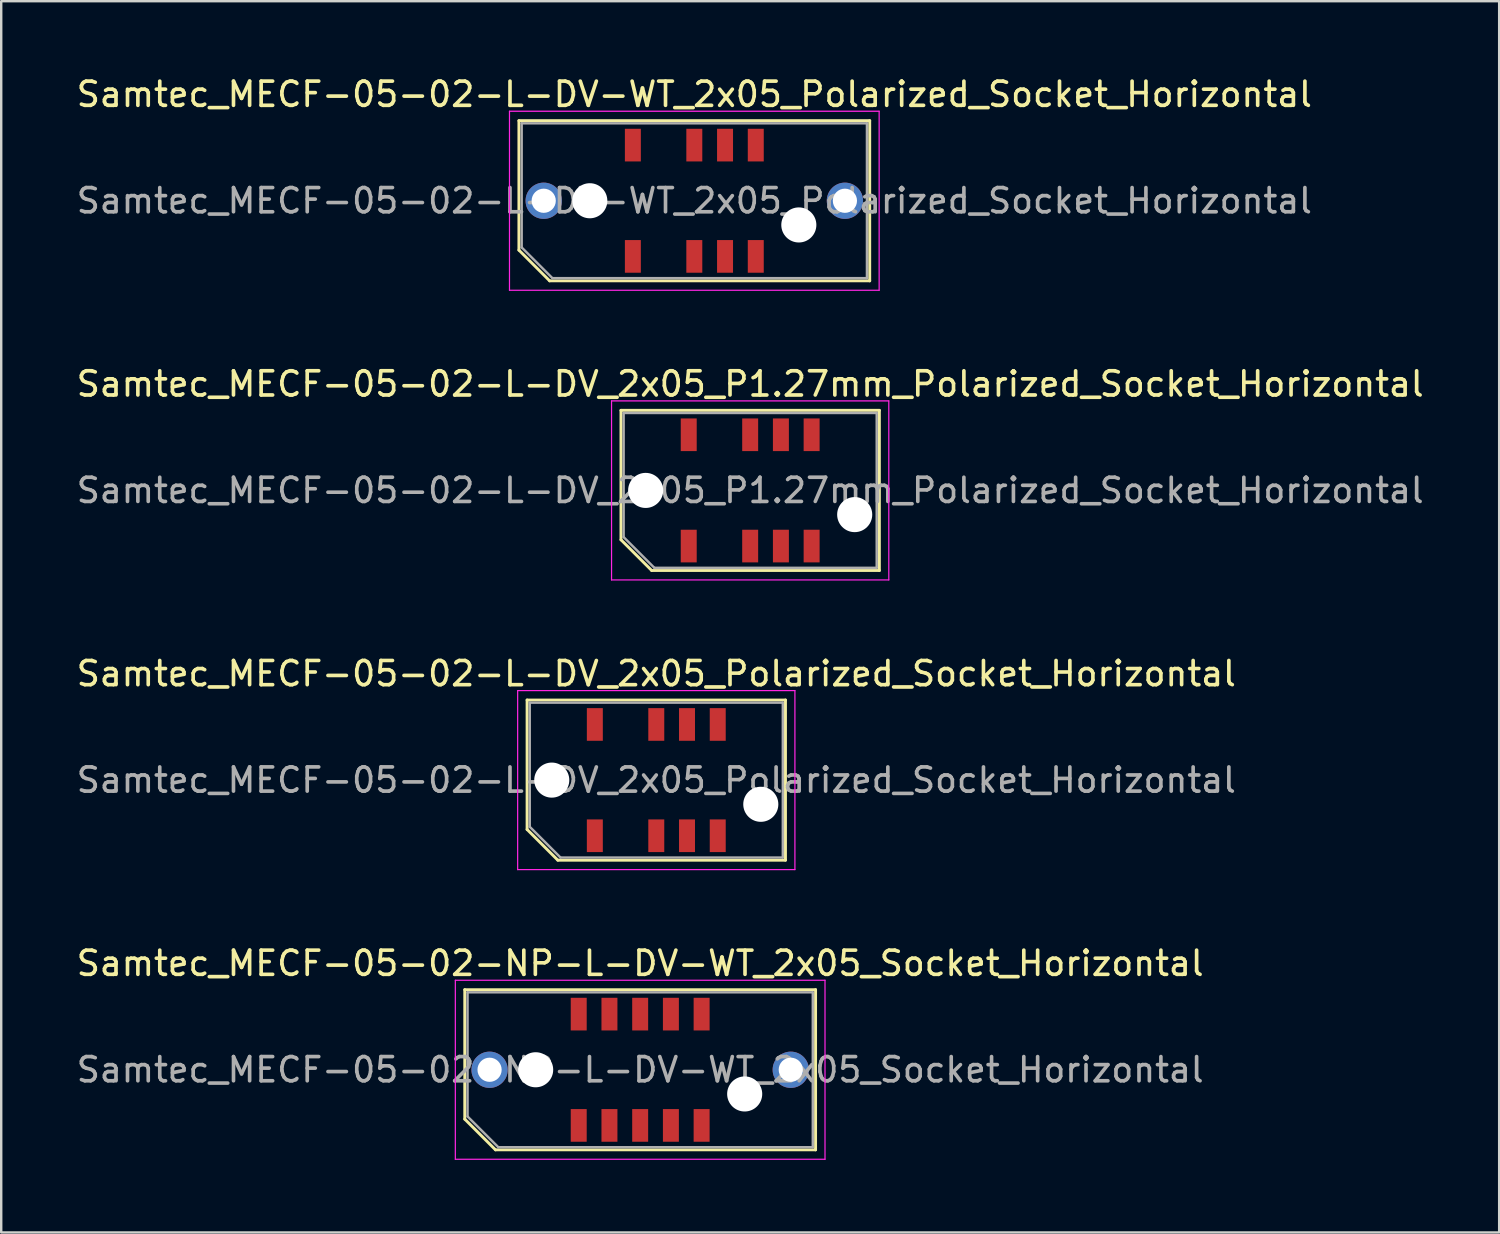
<source format=kicad_pcb>
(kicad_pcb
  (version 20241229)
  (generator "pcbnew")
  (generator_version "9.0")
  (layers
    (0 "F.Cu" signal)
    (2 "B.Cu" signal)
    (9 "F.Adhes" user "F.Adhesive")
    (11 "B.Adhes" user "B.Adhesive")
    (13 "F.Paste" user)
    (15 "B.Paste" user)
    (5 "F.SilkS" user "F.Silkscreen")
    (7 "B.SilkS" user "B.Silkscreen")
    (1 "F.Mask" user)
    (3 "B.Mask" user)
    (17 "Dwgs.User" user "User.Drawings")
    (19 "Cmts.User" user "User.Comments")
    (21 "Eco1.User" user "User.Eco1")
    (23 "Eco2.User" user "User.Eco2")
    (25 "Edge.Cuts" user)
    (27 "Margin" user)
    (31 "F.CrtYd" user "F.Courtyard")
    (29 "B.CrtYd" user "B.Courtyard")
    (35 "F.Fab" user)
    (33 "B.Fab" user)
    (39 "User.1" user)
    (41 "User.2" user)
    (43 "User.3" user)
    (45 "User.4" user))
  (footprint "Samtec_MECF-05-02-L-DV_2x05_P1.27mm_Polarized_Socket_Horizontal"
    (layer "F.Cu")
    (at 27.958 17.221)
    (property "Reference" "Samtec_MECF-05-02-L-DV_2x05_P1.27mm_Polarized_Socket_Horizontal" (at 0 -4.4 0) (layer "F.SilkS") (effects (font (size 1 1) (thickness 0.15))))
    (attr smd)
    (fp_line (start -5.34 -3.31) (end 5.34 -3.31) (stroke (width 0.12) (type solid)) (layer "F.SilkS"))
    (fp_line (start -5.34 2.04) (end -5.34 -3.31) (stroke (width 0.12) (type solid)) (layer "F.SilkS"))
    (fp_line (start -4.07 3.31) (end -5.34 2.04) (stroke (width 0.12) (type solid)) (layer "F.SilkS"))
    (fp_line (start -4.07 3.31) (end 5.34 3.31) (stroke (width 0.12) (type solid)) (layer "F.SilkS"))
    (fp_line (start 5.34 3.31) (end 5.34 -3.31) (stroke (width 0.12) (type solid)) (layer "F.SilkS"))
    (fp_line (start -5.73 -3.7) (end -5.73 3.7) (stroke (width 0.05) (type solid)) (layer "F.CrtYd"))
    (fp_line (start -5.73 3.7) (end 5.73 3.7) (stroke (width 0.05) (type solid)) (layer "F.CrtYd"))
    (fp_line (start 5.73 -3.7) (end -5.73 -3.7) (stroke (width 0.05) (type solid)) (layer "F.CrtYd"))
    (fp_line (start 5.73 3.7) (end 5.73 -3.7) (stroke (width 0.05) (type solid)) (layer "F.CrtYd"))
    (fp_line (start -5.23 -3.2) (end 5.23 -3.2) (stroke (width 0.1) (type solid)) (layer "F.Fab"))
    (fp_line (start -5.23 1.93) (end -5.23 -3.2) (stroke (width 0.1) (type solid)) (layer "F.Fab"))
    (fp_line (start -5.23 1.93) (end -3.96 3.2) (stroke (width 0.1) (type solid)) (layer "F.Fab"))
    (fp_line (start -3.96 3.2) (end 5.23 3.2) (stroke (width 0.1) (type solid)) (layer "F.Fab"))
    (fp_line (start 5.23 3.2) (end 5.23 -3.2) (stroke (width 0.1) (type solid)) (layer "F.Fab"))
    (fp_text user "${REFERENCE}" (at 0 0 0) (layer "F.Fab") (effects (font (size 1 1) (thickness 0.15))))
    (pad "" np_thru_hole circle (at -4.32 0) (size 1.45 1.45) (drill 1.45) (layers "*.Cu" "*.Mask"))
    (pad "" np_thru_hole circle (at 4.32 1) (size 1.45 1.45) (drill 1.45) (layers "*.Cu" "*.Mask"))
    (pad "1" smd rect (at -2.54 2.3) (size 0.66 1.35) (layers "F.Cu" "F.Mask" "F.Paste"))
    (pad "2" smd rect (at -2.54 -2.3) (size 0.66 1.35) (layers "F.Cu" "F.Mask" "F.Paste"))
    (pad "5" smd rect (at 0 2.3) (size 0.66 1.35) (layers "F.Cu" "F.Mask" "F.Paste"))
    (pad "6" smd rect (at 0 -2.3) (size 0.66 1.35) (layers "F.Cu" "F.Mask" "F.Paste"))
    (pad "7" smd rect (at 1.27 2.3) (size 0.66 1.35) (layers "F.Cu" "F.Mask" "F.Paste"))
    (pad "8" smd rect (at 1.27 -2.3) (size 0.66 1.35) (layers "F.Cu" "F.Mask" "F.Paste"))
    (pad "9" smd rect (at 2.54 2.3) (size 0.66 1.35) (layers "F.Cu" "F.Mask" "F.Paste"))
    (pad "10" smd rect (at 2.54 -2.3) (size 0.66 1.35) (layers "F.Cu" "F.Mask" "F.Paste")))
  (footprint "Samtec_MECF-05-02-L-DV-WT_2x05_Polarized_Socket_Horizontal"
    (layer "F.Cu")
    (at 25.649 5.248)
    (property "Reference" "Samtec_MECF-05-02-L-DV-WT_2x05_Polarized_Socket_Horizontal" (at 0 -4.4 0) (layer "F.SilkS") (effects (font (size 1 1) (thickness 0.15))))
    (attr smd)
    (fp_line (start -7.25 -3.31) (end 7.25 -3.31) (stroke (width 0.12) (type solid)) (layer "F.SilkS"))
    (fp_line (start -7.25 2.04) (end -7.25 -3.31) (stroke (width 0.12) (type solid)) (layer "F.SilkS"))
    (fp_line (start -5.98 3.31) (end -7.25 2.04) (stroke (width 0.12) (type solid)) (layer "F.SilkS"))
    (fp_line (start -5.98 3.31) (end 7.25 3.31) (stroke (width 0.12) (type solid)) (layer "F.SilkS"))
    (fp_line (start 7.25 3.31) (end 7.25 -3.31) (stroke (width 0.12) (type solid)) (layer "F.SilkS"))
    (fp_line (start -7.64 -3.7) (end -7.64 3.7) (stroke (width 0.05) (type solid)) (layer "F.CrtYd"))
    (fp_line (start -7.64 3.7) (end 7.64 3.7) (stroke (width 0.05) (type solid)) (layer "F.CrtYd"))
    (fp_line (start 7.64 -3.7) (end -7.64 -3.7) (stroke (width 0.05) (type solid)) (layer "F.CrtYd"))
    (fp_line (start 7.64 3.7) (end 7.64 -3.7) (stroke (width 0.05) (type solid)) (layer "F.CrtYd"))
    (fp_line (start -7.135 -3.2) (end 7.135 -3.2) (stroke (width 0.1) (type solid)) (layer "F.Fab"))
    (fp_line (start -7.135 1.93) (end -7.135 -3.2) (stroke (width 0.1) (type solid)) (layer "F.Fab"))
    (fp_line (start -7.135 1.93) (end -5.865 3.2) (stroke (width 0.1) (type solid)) (layer "F.Fab"))
    (fp_line (start -5.865 3.2) (end 7.135 3.2) (stroke (width 0.1) (type solid)) (layer "F.Fab"))
    (fp_line (start 7.135 3.2) (end 7.135 -3.2) (stroke (width 0.1) (type solid)) (layer "F.Fab"))
    (fp_text user "${REFERENCE}" (at 0 0 0) (layer "F.Fab") (effects (font (size 1 1) (thickness 0.15))))
    (pad "" thru_hole circle (at -6.225 0) (size 1.5 1.5) (drill 1) (layers "*.Cu" "*.Mask"))
    (pad "" np_thru_hole circle (at -4.32 0) (size 1.45 1.45) (drill 1.45) (layers "*.Cu" "*.Mask"))
    (pad "" np_thru_hole circle (at 4.32 1) (size 1.45 1.45) (drill 1.45) (layers "*.Cu" "*.Mask"))
    (pad "" thru_hole circle (at 6.225 0) (size 1.5 1.5) (drill 1) (layers "*.Cu" "*.Mask"))
    (pad "1" smd rect (at -2.54 2.3) (size 0.66 1.35) (layers "F.Cu" "F.Mask" "F.Paste"))
    (pad "2" smd rect (at -2.54 -2.3) (size 0.66 1.35) (layers "F.Cu" "F.Mask" "F.Paste"))
    (pad "5" smd rect (at 0 2.3) (size 0.66 1.35) (layers "F.Cu" "F.Mask" "F.Paste"))
    (pad "6" smd rect (at 0 -2.3) (size 0.66 1.35) (layers "F.Cu" "F.Mask" "F.Paste"))
    (pad "7" smd rect (at 1.27 2.3) (size 0.66 1.35) (layers "F.Cu" "F.Mask" "F.Paste"))
    (pad "8" smd rect (at 1.27 -2.3) (size 0.66 1.35) (layers "F.Cu" "F.Mask" "F.Paste"))
    (pad "9" smd rect (at 2.54 2.3) (size 0.66 1.35) (layers "F.Cu" "F.Mask" "F.Paste"))
    (pad "10" smd rect (at 2.54 -2.3) (size 0.66 1.35) (layers "F.Cu" "F.Mask" "F.Paste")))
  (footprint "Samtec_MECF-05-02-L-DV_2x05_Polarized_Socket_Horizontal"
    (layer "F.Cu")
    (at 24.077 29.195)
    (property "Reference" "Samtec_MECF-05-02-L-DV_2x05_Polarized_Socket_Horizontal" (at 0 -4.4 0) (layer "F.SilkS") (effects (font (size 1 1) (thickness 0.15))))
    (attr smd)
    (fp_line (start -5.34 -3.31) (end 5.34 -3.31) (stroke (width 0.12) (type solid)) (layer "F.SilkS"))
    (fp_line (start -5.34 2.04) (end -5.34 -3.31) (stroke (width 0.12) (type solid)) (layer "F.SilkS"))
    (fp_line (start -4.07 3.31) (end -5.34 2.04) (stroke (width 0.12) (type solid)) (layer "F.SilkS"))
    (fp_line (start -4.07 3.31) (end 5.34 3.31) (stroke (width 0.12) (type solid)) (layer "F.SilkS"))
    (fp_line (start 5.34 3.31) (end 5.34 -3.31) (stroke (width 0.12) (type solid)) (layer "F.SilkS"))
    (fp_line (start -5.73 -3.7) (end -5.73 3.7) (stroke (width 0.05) (type solid)) (layer "F.CrtYd"))
    (fp_line (start -5.73 3.7) (end 5.73 3.7) (stroke (width 0.05) (type solid)) (layer "F.CrtYd"))
    (fp_line (start 5.73 -3.7) (end -5.73 -3.7) (stroke (width 0.05) (type solid)) (layer "F.CrtYd"))
    (fp_line (start 5.73 3.7) (end 5.73 -3.7) (stroke (width 0.05) (type solid)) (layer "F.CrtYd"))
    (fp_line (start -5.23 -3.2) (end 5.23 -3.2) (stroke (width 0.1) (type solid)) (layer "F.Fab"))
    (fp_line (start -5.23 1.93) (end -5.23 -3.2) (stroke (width 0.1) (type solid)) (layer "F.Fab"))
    (fp_line (start -5.23 1.93) (end -3.96 3.2) (stroke (width 0.1) (type solid)) (layer "F.Fab"))
    (fp_line (start -3.96 3.2) (end 5.23 3.2) (stroke (width 0.1) (type solid)) (layer "F.Fab"))
    (fp_line (start 5.23 3.2) (end 5.23 -3.2) (stroke (width 0.1) (type solid)) (layer "F.Fab"))
    (fp_text user "${REFERENCE}" (at 0 0 0) (layer "F.Fab") (effects (font (size 1 1) (thickness 0.15))))
    (pad "" np_thru_hole circle (at -4.32 0) (size 1.45 1.45) (drill 1.45) (layers "*.Cu" "*.Mask"))
    (pad "" np_thru_hole circle (at 4.32 1) (size 1.45 1.45) (drill 1.45) (layers "*.Cu" "*.Mask"))
    (pad "1" smd rect (at -2.54 2.3) (size 0.66 1.35) (layers "F.Cu" "F.Mask" "F.Paste"))
    (pad "2" smd rect (at -2.54 -2.3) (size 0.66 1.35) (layers "F.Cu" "F.Mask" "F.Paste"))
    (pad "5" smd rect (at 0 2.3) (size 0.66 1.35) (layers "F.Cu" "F.Mask" "F.Paste"))
    (pad "6" smd rect (at 0 -2.3) (size 0.66 1.35) (layers "F.Cu" "F.Mask" "F.Paste"))
    (pad "7" smd rect (at 1.27 2.3) (size 0.66 1.35) (layers "F.Cu" "F.Mask" "F.Paste"))
    (pad "8" smd rect (at 1.27 -2.3) (size 0.66 1.35) (layers "F.Cu" "F.Mask" "F.Paste"))
    (pad "9" smd rect (at 2.54 2.3) (size 0.66 1.35) (layers "F.Cu" "F.Mask" "F.Paste"))
    (pad "10" smd rect (at 2.54 -2.3) (size 0.66 1.35) (layers "F.Cu" "F.Mask" "F.Paste")))
  (footprint "Samtec_MECF-05-02-NP-L-DV-WT_2x05_Socket_Horizontal"
    (layer "F.Cu")
    (at 23.411 41.168)
    (property "Reference" "Samtec_MECF-05-02-NP-L-DV-WT_2x05_Socket_Horizontal" (at 0 -4.4 0) (layer "F.SilkS") (effects (font (size 1 1) (thickness 0.15))))
    (attr smd)
    (fp_line (start -7.25 -3.31) (end 7.25 -3.31) (stroke (width 0.12) (type solid)) (layer "F.SilkS"))
    (fp_line (start -7.25 2.04) (end -7.25 -3.31) (stroke (width 0.12) (type solid)) (layer "F.SilkS"))
    (fp_line (start -5.98 3.31) (end -7.25 2.04) (stroke (width 0.12) (type solid)) (layer "F.SilkS"))
    (fp_line (start -5.98 3.31) (end 7.25 3.31) (stroke (width 0.12) (type solid)) (layer "F.SilkS"))
    (fp_line (start 7.25 3.31) (end 7.25 -3.31) (stroke (width 0.12) (type solid)) (layer "F.SilkS"))
    (fp_line (start -7.64 -3.7) (end -7.64 3.7) (stroke (width 0.05) (type solid)) (layer "F.CrtYd"))
    (fp_line (start -7.64 3.7) (end 7.64 3.7) (stroke (width 0.05) (type solid)) (layer "F.CrtYd"))
    (fp_line (start 7.64 -3.7) (end -7.64 -3.7) (stroke (width 0.05) (type solid)) (layer "F.CrtYd"))
    (fp_line (start 7.64 3.7) (end 7.64 -3.7) (stroke (width 0.05) (type solid)) (layer "F.CrtYd"))
    (fp_line (start -7.135 -3.2) (end 7.135 -3.2) (stroke (width 0.1) (type solid)) (layer "F.Fab"))
    (fp_line (start -7.135 1.93) (end -7.135 -3.2) (stroke (width 0.1) (type solid)) (layer "F.Fab"))
    (fp_line (start -7.135 1.93) (end -5.865 3.2) (stroke (width 0.1) (type solid)) (layer "F.Fab"))
    (fp_line (start -5.865 3.2) (end 7.135 3.2) (stroke (width 0.1) (type solid)) (layer "F.Fab"))
    (fp_line (start 7.135 3.2) (end 7.135 -3.2) (stroke (width 0.1) (type solid)) (layer "F.Fab"))
    (fp_text user "${REFERENCE}" (at 0 0 0) (layer "F.Fab") (effects (font (size 1 1) (thickness 0.15))))
    (pad "" thru_hole circle (at -6.225 0) (size 1.5 1.5) (drill 1) (layers "*.Cu" "*.Mask"))
    (pad "" np_thru_hole circle (at -4.32 0) (size 1.45 1.45) (drill 1.45) (layers "*.Cu" "*.Mask"))
    (pad "" np_thru_hole circle (at 4.32 1) (size 1.45 1.45) (drill 1.45) (layers "*.Cu" "*.Mask"))
    (pad "" thru_hole circle (at 6.225 0) (size 1.5 1.5) (drill 1) (layers "*.Cu" "*.Mask"))
    (pad "1" smd rect (at -2.54 2.3) (size 0.66 1.35) (layers "F.Cu" "F.Mask" "F.Paste"))
    (pad "2" smd rect (at -2.54 -2.3) (size 0.66 1.35) (layers "F.Cu" "F.Mask" "F.Paste"))
    (pad "3" smd rect (at -1.27 2.3) (size 0.66 1.35) (layers "F.Cu" "F.Mask" "F.Paste"))
    (pad "4" smd rect (at -1.27 -2.3) (size 0.66 1.35) (layers "F.Cu" "F.Mask" "F.Paste"))
    (pad "5" smd rect (at 0 2.3) (size 0.66 1.35) (layers "F.Cu" "F.Mask" "F.Paste"))
    (pad "6" smd rect (at 0 -2.3) (size 0.66 1.35) (layers "F.Cu" "F.Mask" "F.Paste"))
    (pad "7" smd rect (at 1.27 2.3) (size 0.66 1.35) (layers "F.Cu" "F.Mask" "F.Paste"))
    (pad "8" smd rect (at 1.27 -2.3) (size 0.66 1.35) (layers "F.Cu" "F.Mask" "F.Paste"))
    (pad "9" smd rect (at 2.54 2.3) (size 0.66 1.35) (layers "F.Cu" "F.Mask" "F.Paste"))
    (pad "10" smd rect (at 2.54 -2.3) (size 0.66 1.35) (layers "F.Cu" "F.Mask" "F.Paste")))
  (gr_rect
    (start -3 -3)
    (end 58.917 47.893)
    (stroke (width 0.1) (type default))
    (fill no)
    (layer "Edge.Cuts")))
</source>
